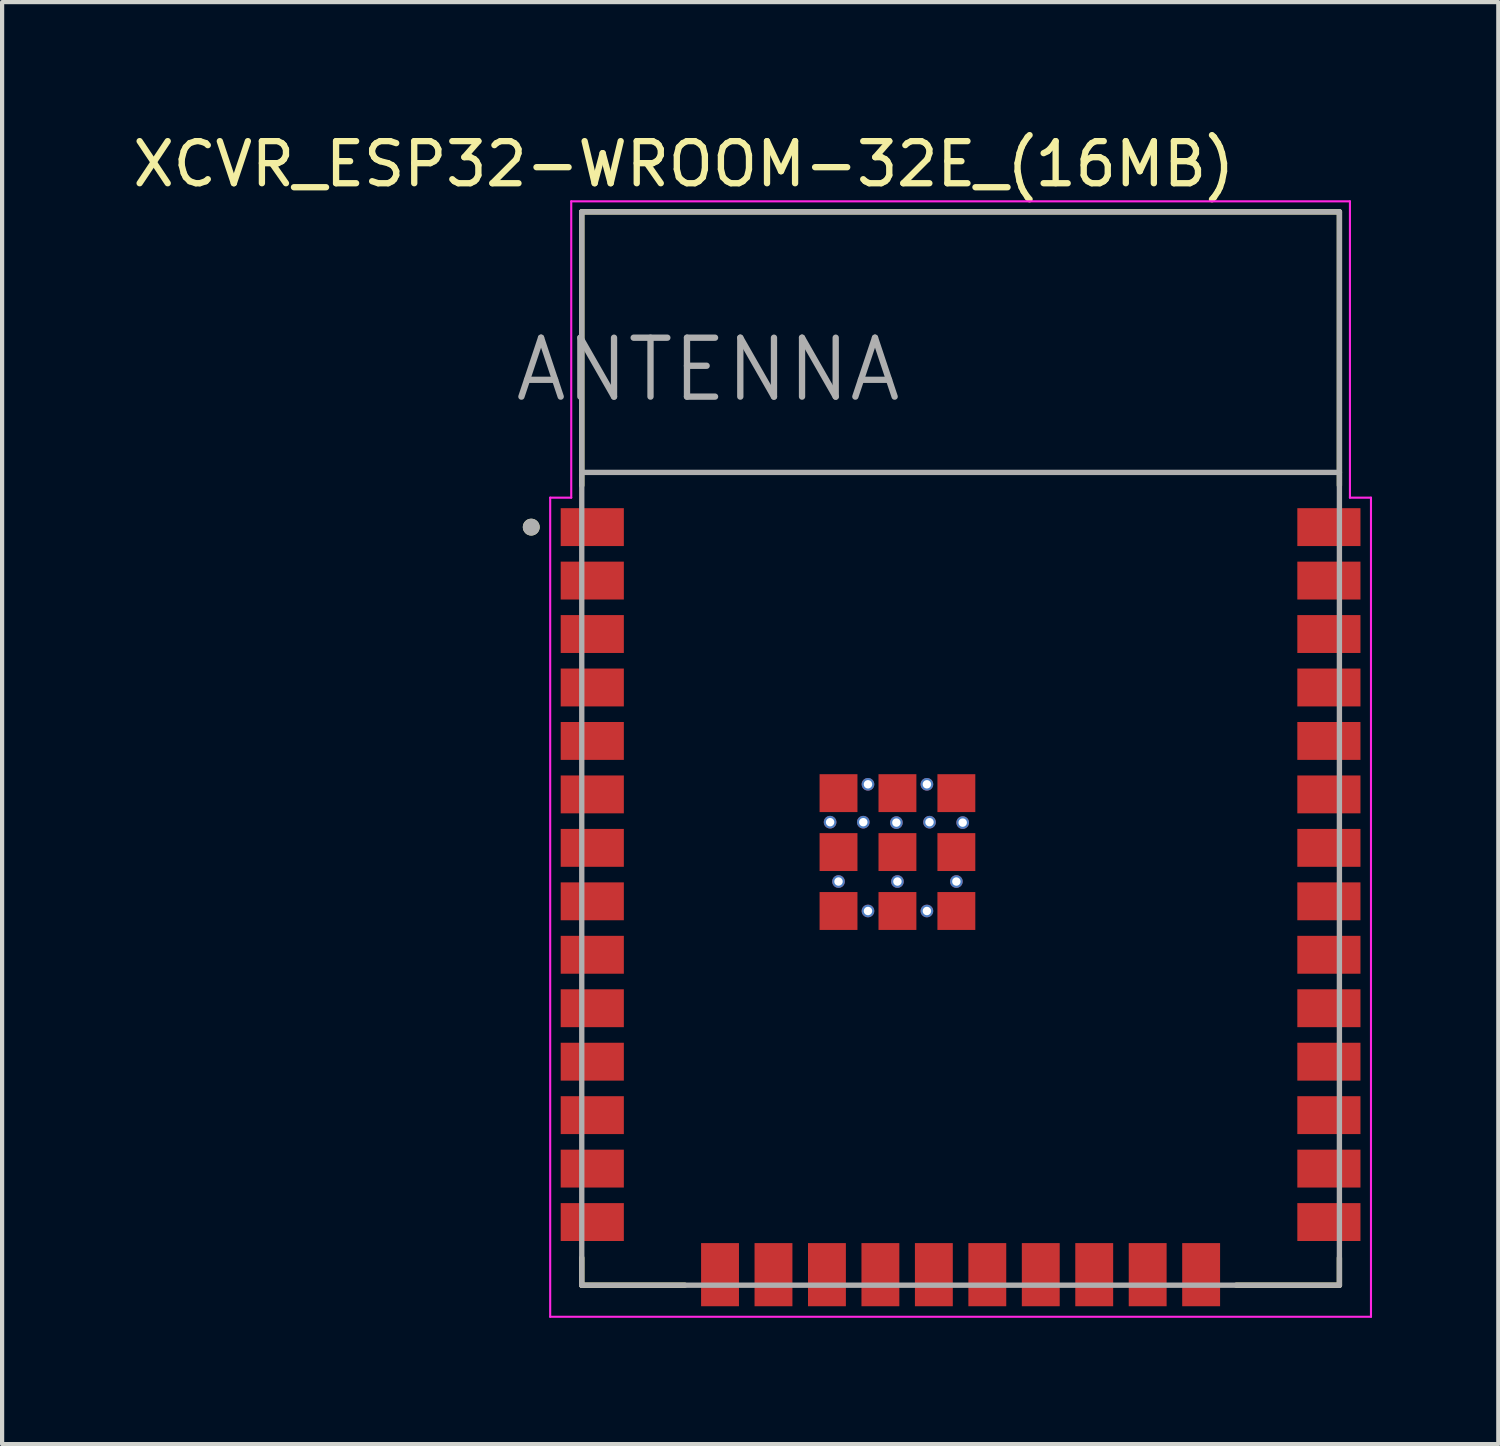
<source format=kicad_pcb>
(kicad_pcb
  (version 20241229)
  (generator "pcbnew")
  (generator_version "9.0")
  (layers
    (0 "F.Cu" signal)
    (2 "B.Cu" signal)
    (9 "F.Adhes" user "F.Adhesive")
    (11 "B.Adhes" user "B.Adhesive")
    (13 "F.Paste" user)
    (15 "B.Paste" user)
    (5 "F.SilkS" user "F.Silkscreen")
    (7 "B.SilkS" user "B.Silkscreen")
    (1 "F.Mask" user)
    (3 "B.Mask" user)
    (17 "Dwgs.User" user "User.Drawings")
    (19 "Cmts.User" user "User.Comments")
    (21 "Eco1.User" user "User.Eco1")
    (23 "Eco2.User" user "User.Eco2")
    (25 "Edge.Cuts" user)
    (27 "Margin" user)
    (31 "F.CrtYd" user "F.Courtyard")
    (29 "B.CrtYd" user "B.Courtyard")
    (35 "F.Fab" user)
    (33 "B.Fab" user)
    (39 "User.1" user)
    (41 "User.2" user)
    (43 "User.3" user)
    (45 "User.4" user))
  (footprint "XCVR_ESP32-WROOM-32E_(16MB)"
    (layer "F.Cu")
    (at 19.771 14.733)
    (property "Reference" "XCVR_ESP32-WROOM-32E_(16MB)" (at -6.575 -13.885 0) (layer "F.SilkS") (effects (font (size 1 1) (thickness 0.15))))
    (attr through_hole)
    (fp_line (start -9 -12.75) (end 9 -12.75) (stroke (width 0.127) (type solid)) (layer "F.SilkS"))
    (fp_line (start -9 -6.25) (end -9 -12.75) (stroke (width 0.127) (type solid)) (layer "F.SilkS"))
    (fp_line (start -9 12.1) (end -9 12.75) (stroke (width 0.127) (type solid)) (layer "F.SilkS"))
    (fp_line (start -9 12.75) (end -6.55 12.75) (stroke (width 0.127) (type solid)) (layer "F.SilkS"))
    (fp_line (start 6.55 12.75) (end 9 12.75) (stroke (width 0.127) (type solid)) (layer "F.SilkS"))
    (fp_line (start 9 -12.75) (end 9 -6.25) (stroke (width 0.127) (type solid)) (layer "F.SilkS"))
    (fp_line (start 9 12.75) (end 9 12.1) (stroke (width 0.127) (type solid)) (layer "F.SilkS"))
    (fp_circle (center -10.2 -5.26) (end -10.1 -5.26) (stroke (width 0.2) (type solid)) (fill no) (layer "F.SilkS"))
    (fp_line (start -9.75 -5.96) (end -9.25 -5.96) (stroke (width 0.05) (type solid)) (layer "F.CrtYd"))
    (fp_line (start -9.75 13.5) (end -9.75 -5.96) (stroke (width 0.05) (type solid)) (layer "F.CrtYd"))
    (fp_line (start -9.25 -13) (end 9.25 -13) (stroke (width 0.05) (type solid)) (layer "F.CrtYd"))
    (fp_line (start -9.25 -5.96) (end -9.25 -13) (stroke (width 0.05) (type solid)) (layer "F.CrtYd"))
    (fp_line (start 9.25 -13) (end 9.25 -5.96) (stroke (width 0.05) (type solid)) (layer "F.CrtYd"))
    (fp_line (start 9.25 -5.96) (end 9.75 -5.96) (stroke (width 0.05) (type solid)) (layer "F.CrtYd"))
    (fp_line (start 9.75 -5.96) (end 9.75 13.5) (stroke (width 0.05) (type solid)) (layer "F.CrtYd"))
    (fp_line (start 9.75 13.5) (end -9.75 13.5) (stroke (width 0.05) (type solid)) (layer "F.CrtYd"))
    (fp_line (start -9 -12.75) (end -9 -6.56) (stroke (width 0.127) (type solid)) (layer "F.Fab"))
    (fp_line (start -9 -12.75) (end 9 -12.75) (stroke (width 0.127) (type solid)) (layer "F.Fab"))
    (fp_line (start -9 -6.56) (end 9 -6.56) (stroke (width 0.127) (type solid)) (layer "F.Fab"))
    (fp_line (start -9 12.75) (end -9 -6.56) (stroke (width 0.127) (type solid)) (layer "F.Fab"))
    (fp_line (start 9 -12.75) (end 9 -6.56) (stroke (width 0.127) (type solid)) (layer "F.Fab"))
    (fp_line (start 9 -6.56) (end 9 12.75) (stroke (width 0.127) (type solid)) (layer "F.Fab"))
    (fp_line (start 9 12.75) (end -9 12.75) (stroke (width 0.127) (type solid)) (layer "F.Fab"))
    (fp_circle (center -10.2 -5.26) (end -10.1 -5.26) (stroke (width 0.2) (type solid)) (fill no) (layer "F.Fab"))
    (fp_text user "ANTENNA" (at -6 -9 0) (layer "F.Fab") (effects (font (size 1.4 1.4) (thickness 0.15))))
    (pad "1" smd rect (at -8.75 -5.26) (size 1.5 0.9) (layers "F.Cu" "F.Mask" "F.Paste"))
    (pad "2" smd rect (at -8.75 -3.99) (size 1.5 0.9) (layers "F.Cu" "F.Mask" "F.Paste"))
    (pad "3" smd rect (at -8.75 -2.72) (size 1.5 0.9) (layers "F.Cu" "F.Mask" "F.Paste"))
    (pad "4" smd rect (at -8.75 -1.45) (size 1.5 0.9) (layers "F.Cu" "F.Mask" "F.Paste"))
    (pad "5" smd rect (at -8.75 -0.18) (size 1.5 0.9) (layers "F.Cu" "F.Mask" "F.Paste"))
    (pad "6" smd rect (at -8.75 1.09) (size 1.5 0.9) (layers "F.Cu" "F.Mask" "F.Paste"))
    (pad "7" smd rect (at -8.75 2.36) (size 1.5 0.9) (layers "F.Cu" "F.Mask" "F.Paste"))
    (pad "8" smd rect (at -8.75 3.63) (size 1.5 0.9) (layers "F.Cu" "F.Mask" "F.Paste"))
    (pad "9" smd rect (at -8.75 4.9) (size 1.5 0.9) (layers "F.Cu" "F.Mask" "F.Paste"))
    (pad "10" smd rect (at -8.75 6.17) (size 1.5 0.9) (layers "F.Cu" "F.Mask" "F.Paste"))
    (pad "11" smd rect (at -8.75 7.44) (size 1.5 0.9) (layers "F.Cu" "F.Mask" "F.Paste"))
    (pad "12" smd rect (at -8.75 8.71) (size 1.5 0.9) (layers "F.Cu" "F.Mask" "F.Paste"))
    (pad "13" smd rect (at -8.75 9.98) (size 1.5 0.9) (layers "F.Cu" "F.Mask" "F.Paste"))
    (pad "14" smd rect (at -8.75 11.25) (size 1.5 0.9) (layers "F.Cu" "F.Mask" "F.Paste"))
    (pad "15" smd rect (at -5.715 12.5) (size 0.9 1.5) (layers "F.Cu" "F.Mask" "F.Paste"))
    (pad "16" smd rect (at -4.445 12.5) (size 0.9 1.5) (layers "F.Cu" "F.Mask" "F.Paste"))
    (pad "17" smd rect (at -3.175 12.5) (size 0.9 1.5) (layers "F.Cu" "F.Mask" "F.Paste"))
    (pad "18" smd rect (at -1.905 12.5) (size 0.9 1.5) (layers "F.Cu" "F.Mask" "F.Paste"))
    (pad "19" smd rect (at -0.635 12.5) (size 0.9 1.5) (layers "F.Cu" "F.Mask" "F.Paste"))
    (pad "20" smd rect (at 0.635 12.5) (size 0.9 1.5) (layers "F.Cu" "F.Mask" "F.Paste"))
    (pad "21" smd rect (at 1.905 12.5) (size 0.9 1.5) (layers "F.Cu" "F.Mask" "F.Paste"))
    (pad "22" smd rect (at 3.175 12.5) (size 0.9 1.5) (layers "F.Cu" "F.Mask" "F.Paste"))
    (pad "23" smd rect (at 4.445 12.5) (size 0.9 1.5) (layers "F.Cu" "F.Mask" "F.Paste"))
    (pad "24" smd rect (at 5.715 12.5) (size 0.9 1.5) (layers "F.Cu" "F.Mask" "F.Paste"))
    (pad "25" smd rect (at 8.75 11.25) (size 1.5 0.9) (layers "F.Cu" "F.Mask" "F.Paste"))
    (pad "26" smd rect (at 8.75 9.98) (size 1.5 0.9) (layers "F.Cu" "F.Mask" "F.Paste"))
    (pad "27" smd rect (at 8.75 8.71) (size 1.5 0.9) (layers "F.Cu" "F.Mask" "F.Paste"))
    (pad "28" smd rect (at 8.75 7.44) (size 1.5 0.9) (layers "F.Cu" "F.Mask" "F.Paste"))
    (pad "29" smd rect (at 8.75 6.17) (size 1.5 0.9) (layers "F.Cu" "F.Mask" "F.Paste"))
    (pad "30" smd rect (at 8.75 4.9) (size 1.5 0.9) (layers "F.Cu" "F.Mask" "F.Paste"))
    (pad "31" smd rect (at 8.75 3.63) (size 1.5 0.9) (layers "F.Cu" "F.Mask" "F.Paste"))
    (pad "32" smd rect (at 8.75 2.36) (size 1.5 0.9) (layers "F.Cu" "F.Mask" "F.Paste"))
    (pad "33" smd rect (at 8.75 1.09) (size 1.5 0.9) (layers "F.Cu" "F.Mask" "F.Paste"))
    (pad "34" smd rect (at 8.75 -0.18) (size 1.5 0.9) (layers "F.Cu" "F.Mask" "F.Paste"))
    (pad "35" smd rect (at 8.75 -1.45) (size 1.5 0.9) (layers "F.Cu" "F.Mask" "F.Paste"))
    (pad "36" smd rect (at 8.75 -2.72) (size 1.5 0.9) (layers "F.Cu" "F.Mask" "F.Paste"))
    (pad "37" smd rect (at 8.75 -3.99) (size 1.5 0.9) (layers "F.Cu" "F.Mask" "F.Paste"))
    (pad "38" smd rect (at 8.75 -5.26) (size 1.5 0.9) (layers "F.Cu" "F.Mask" "F.Paste"))
    (pad "39_1" smd rect (at -2.9 1.06) (size 0.9 0.9) (layers "F.Cu" "F.Mask" "F.Paste"))
    (pad "39_2" smd rect (at -1.5 1.06) (size 0.9 0.9) (layers "F.Cu" "F.Mask" "F.Paste"))
    (pad "39_3" smd rect (at -0.1 1.06) (size 0.9 0.9) (layers "F.Cu" "F.Mask" "F.Paste"))
    (pad "39_4" smd rect (at -2.9 2.46) (size 0.9 0.9) (layers "F.Cu" "F.Mask" "F.Paste"))
    (pad "39_5" smd rect (at -1.5 2.46) (size 0.9 0.9) (layers "F.Cu" "F.Mask" "F.Paste"))
    (pad "39_6" smd rect (at -0.1 2.46) (size 0.9 0.9) (layers "F.Cu" "F.Mask" "F.Paste"))
    (pad "39_7" smd rect (at -2.9 3.86) (size 0.9 0.9) (layers "F.Cu" "F.Mask" "F.Paste"))
    (pad "39_8" smd rect (at -1.5 3.86) (size 0.9 0.9) (layers "F.Cu" "F.Mask" "F.Paste"))
    (pad "39_9" smd rect (at -0.1 3.86) (size 0.9 0.9) (layers "F.Cu" "F.Mask" "F.Paste"))
    (pad "39_10" thru_hole circle (at -2.2 0.85) (size 0.3 0.3) (drill 0.2) (layers "*.Cu"))
    (pad "39_11" thru_hole circle (at -0.8 0.85) (size 0.3 0.3) (drill 0.2) (layers "*.Cu"))
    (pad "39_12" thru_hole circle (at -3.1 1.75) (size 0.3 0.3) (drill 0.2) (layers "*.Cu"))
    (pad "39_13" thru_hole circle (at -1.525 1.76) (size 0.3 0.3) (drill 0.2) (layers "*.Cu"))
    (pad "39_14" thru_hole circle (at 0.05 1.76) (size 0.3 0.3) (drill 0.2) (layers "*.Cu"))
    (pad "39_15" thru_hole circle (at -2.312 1.75) (size 0.3 0.3) (drill 0.2) (layers "*.Cu"))
    (pad "39_16" thru_hole circle (at -0.738 1.75) (size 0.3 0.3) (drill 0.2) (layers "*.Cu"))
    (pad "39_17" thru_hole circle (at -2.9 3.16) (size 0.3 0.3) (drill 0.2) (layers "*.Cu"))
    (pad "39_18" thru_hole circle (at -1.5 3.16) (size 0.3 0.3) (drill 0.2) (layers "*.Cu"))
    (pad "39_19" thru_hole circle (at -0.1 3.16) (size 0.3 0.3) (drill 0.2) (layers "*.Cu"))
    (pad "39_20" thru_hole circle (at -2.2 3.86) (size 0.3 0.3) (drill 0.2) (layers "*.Cu"))
    (pad "39_21" thru_hole circle (at -0.8 3.86) (size 0.3 0.3) (drill 0.2) (layers "*.Cu"))
    (zone (net_name "") (layer "F.Cu") (hatch full 0.508) (connect_pads) (min_thickness 0.01) (filled_areas_thickness no) (keepout (tracks not_allowed) (vias not_allowed) (pads not_allowed) (copperpour not_allowed) (footprints allowed)) (placement (enabled no)) (fill) (polygon (pts (xy 10.771 1.983) (xy 28.771 1.983) (xy 28.771 8.173) (xy 10.771 8.173))))
    (zone (net_name "") (layers "F.Cu" "B.Cu") (hatch full 0.508) (connect_pads) (min_thickness 0.01) (filled_areas_thickness no) (keepout (tracks allowed) (vias not_allowed) (pads allowed) (copperpour allowed) (footprints allowed)) (placement (enabled no)) (fill) (polygon (pts (xy 10.771 1.983) (xy 28.771 1.983) (xy 28.771 8.173) (xy 10.771 8.173)))))
  (gr_rect
    (start -3 -3)
    (end 32.546 31.258)
    (stroke (width 0.1) (type default))
    (fill no)
    (layer "Edge.Cuts")))
</source>
